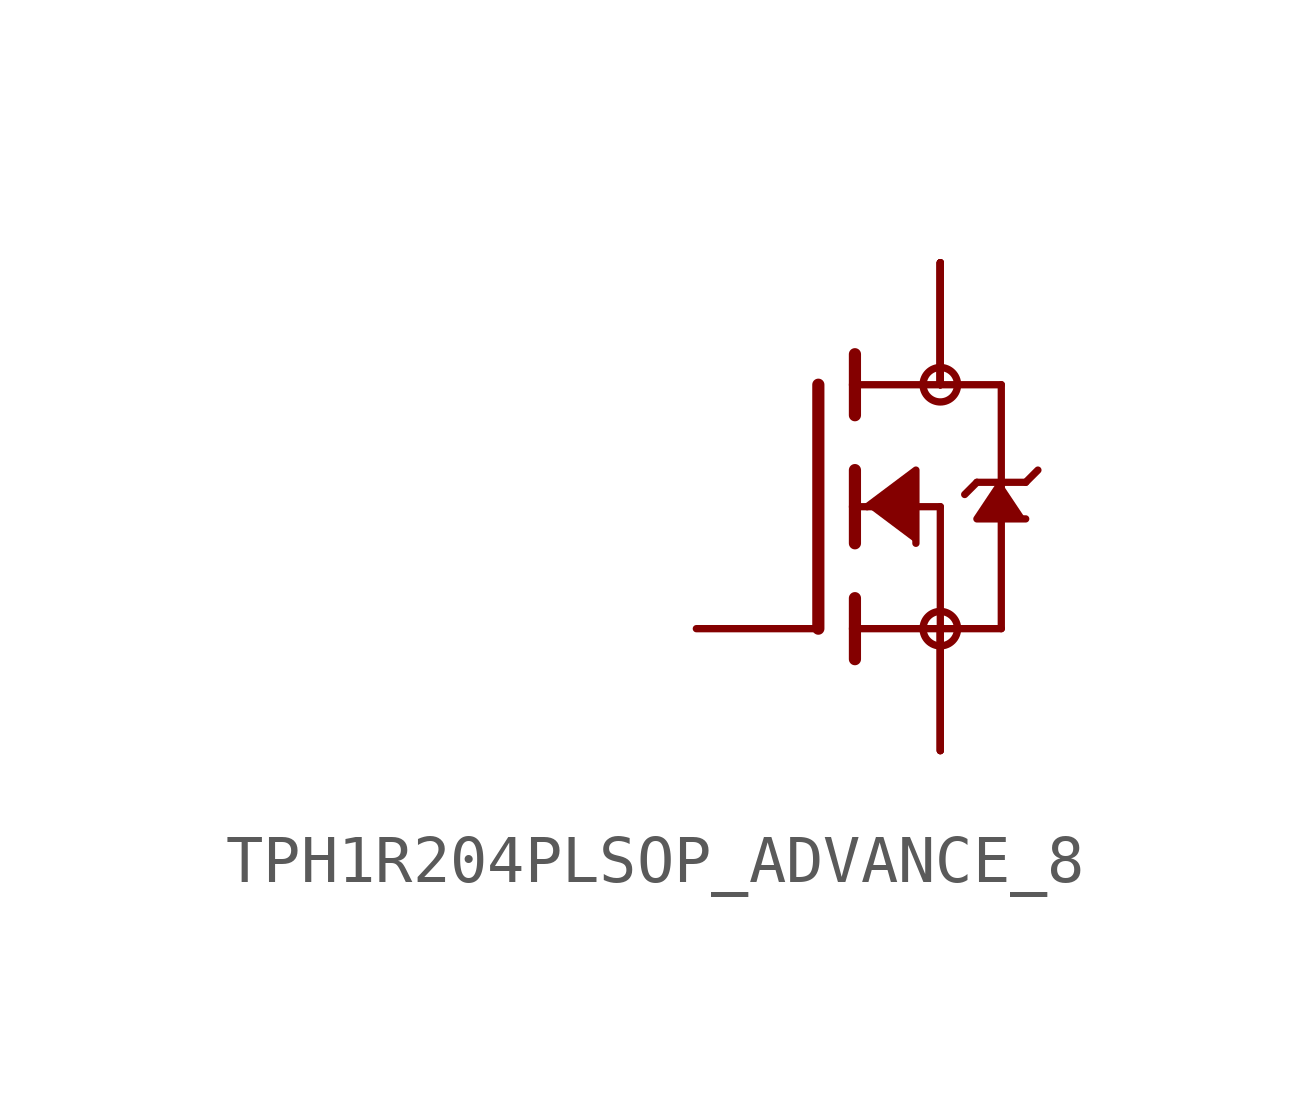
<source format=kicad_sym>
(kicad_symbol_lib
  (version 20231120)
  (generator "kicad_symbol_editor")
  (generator_version "8.0")
  (symbol "TPH1R204PLSOP_ADVANCE_8"
    (property "Reference" ""
      (at -11.43 2.54 0)
      (effects (font (size 1.778 1.511)) (justify left bottom) (hide yes)))
    (property "Value" ""
      (at -11.43 0 0)
      (effects (font (size 1.778 1.511)) (justify left bottom)))
    (property "ki_locked" ""
      (at 0 0 0)
      (effects (font (size 1.27 1.27))))
    (symbol "TPH1R204PLSOP_ADVANCE_8_1_0"
      (polyline (pts (xy 0 2.54) (xy 0 -2.54)) (stroke (width 0.254) (type solid)) (fill (type none)))
      (polyline (pts (xy 0.762 -2.54) (xy 0.762 -3.175)) (stroke (width 0.254) (type solid)) (fill (type none)))
      (polyline (pts (xy 0.762 -1.905) (xy 0.762 -2.54)) (stroke (width 0.254) (type solid)) (fill (type none)))
      (polyline (pts (xy 0.762 0) (xy 0.762 -0.762)) (stroke (width 0.254) (type solid)) (fill (type none)))
      (polyline (pts (xy 0.762 0) (xy 2.54 0)) (stroke (width 0.152) (type solid)) (fill (type none)))
      (polyline (pts (xy 0.762 0.762) (xy 0.762 0)) (stroke (width 0.254) (type solid)) (fill (type none)))
      (polyline (pts (xy 0.762 2.54) (xy 0.762 1.905)) (stroke (width 0.254) (type solid)) (fill (type none)))
      (polyline (pts (xy 0.762 2.54) (xy 3.81 2.54)) (stroke (width 0.152) (type solid)) (fill (type none)))
      (polyline (pts (xy 0.762 3.175) (xy 0.762 2.54)) (stroke (width 0.254) (type solid)) (fill (type none)))
      (polyline (pts (xy 2.54 -2.54) (xy 0.762 -2.54)) (stroke (width 0.152) (type solid)) (fill (type none)))
      (polyline (pts (xy 2.54 -2.54) (xy 3.81 -2.54)) (stroke (width 0.152) (type solid)) (fill (type none)))
      (polyline (pts (xy 2.54 0) (xy 2.54 -2.54)) (stroke (width 0.152) (type solid)) (fill (type none)))
      (polyline (pts (xy 3.302 0.508) (xy 3.048 0.254)) (stroke (width 0.152) (type solid)) (fill (type none)))
      (polyline (pts (xy 3.81 0.508) (xy 3.302 0.508)) (stroke (width 0.152) (type solid)) (fill (type none)))
      (polyline (pts (xy 3.81 0.508) (xy 3.81 -2.54)) (stroke (width 0.152) (type solid)) (fill (type none)))
      (polyline (pts (xy 3.81 2.54) (xy 3.81 0.508)) (stroke (width 0.152) (type solid)) (fill (type none)))
      (polyline (pts (xy 4.318 0.508) (xy 3.81 0.508)) (stroke (width 0.152) (type solid)) (fill (type none)))
      (polyline (pts (xy 4.572 0.762) (xy 4.318 0.508)) (stroke (width 0.152) (type solid)) (fill (type none)))
      (polyline (pts (xy 1.016 0) (xy 2.032 0.762) (xy 2.032 -0.762)) (stroke (width 0.152) (type solid)) (fill (type outline)))
      (polyline (pts (xy 3.81 0.508) (xy 3.302 -0.254) (xy 4.318 -0.254)) (stroke (width 0.152) (type solid)) (fill (type outline)))
      (circle (center 2.54 -2.54) (radius 0.359) (stroke (width 0) (type solid)) (fill (type none)))
      (circle (center 2.54 2.54) (radius 0.359) (stroke (width 0) (type solid)) (fill (type none)))
      (pin passive line (at 2.54 -5.08 90) (length 2.54) (name "S" (effects (font (size 0 0)))) (number "1" (effects (font (size 0 0)))))
      (pin passive line (at 2.54 -5.08 90) (length 2.54) (name "S" (effects (font (size 0 0)))) (number "2" (effects (font (size 0 0)))))
      (pin passive line (at 2.54 -5.08 90) (length 2.54) (name "S" (effects (font (size 0 0)))) (number "3" (effects (font (size 0 0)))))
      (pin passive line (at -2.54 -2.54 0) (length 2.54) (name "G" (effects (font (size 0 0)))) (number "4" (effects (font (size 0 0)))))
      (pin passive line (at 2.54 5.08 270) (length 2.54) (name "D" (effects (font (size 0 0)))) (number "5" (effects (font (size 0 0)))))
      (pin passive line (at 2.54 5.08 270) (length 2.54) (name "D" (effects (font (size 0 0)))) (number "6" (effects (font (size 0 0)))))
      (pin passive line (at 2.54 5.08 270) (length 2.54) (name "D" (effects (font (size 0 0)))) (number "7" (effects (font (size 0 0)))))
      (pin passive line (at 2.54 5.08 270) (length 2.54) (name "D" (effects (font (size 0 0)))) (number "8" (effects (font (size 0 0)))))
      (pin passive line (at 2.54 5.08 270) (length 2.54) (name "D" (effects (font (size 0 0)))) (number "PAD" (effects (font (size 0 0))))))))
</source>
